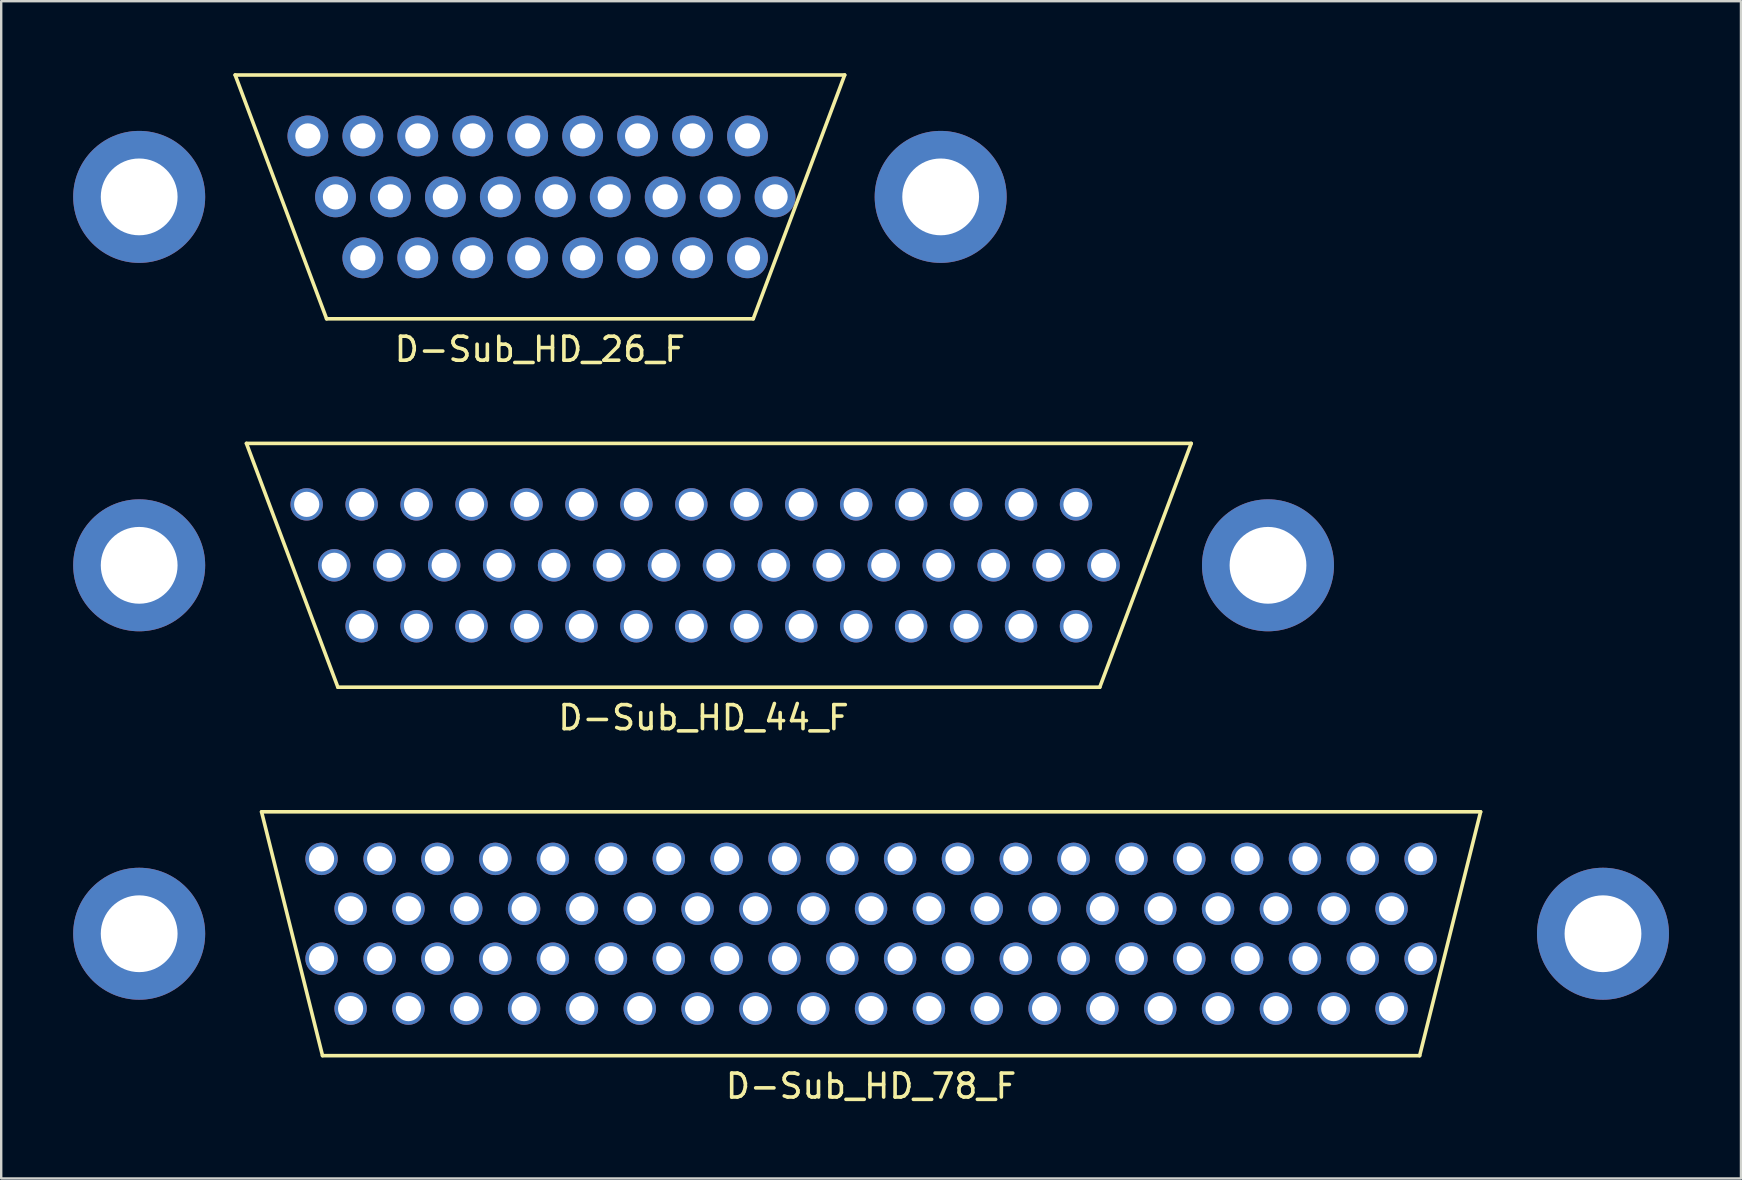
<source format=kicad_pcb>
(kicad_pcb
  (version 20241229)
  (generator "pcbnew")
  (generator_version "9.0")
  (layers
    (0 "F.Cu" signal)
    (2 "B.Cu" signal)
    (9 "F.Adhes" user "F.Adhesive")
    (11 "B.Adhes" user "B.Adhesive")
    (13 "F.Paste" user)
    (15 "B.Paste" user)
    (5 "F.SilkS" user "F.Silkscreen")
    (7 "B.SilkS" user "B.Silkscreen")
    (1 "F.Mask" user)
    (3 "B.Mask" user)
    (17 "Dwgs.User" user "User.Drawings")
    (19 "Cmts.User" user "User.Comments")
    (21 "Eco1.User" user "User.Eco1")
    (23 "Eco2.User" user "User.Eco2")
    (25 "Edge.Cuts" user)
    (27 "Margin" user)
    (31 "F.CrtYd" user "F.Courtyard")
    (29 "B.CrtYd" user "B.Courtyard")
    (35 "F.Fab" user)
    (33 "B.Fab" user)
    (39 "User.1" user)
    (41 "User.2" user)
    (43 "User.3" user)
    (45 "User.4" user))
  (footprint "D-Sub_HD_78_F"
    (layer "F.Cu")
    (at 33.25 35.861)
    (property "Reference" "D-Sub_HD_78_F" (at 0 6.35 0) (layer "F.SilkS") (effects (font (size 1 1) (thickness 0.15))))
    (attr through_hole)
    (fp_line (start -25.4 -5.08) (end -22.86 5.08) (stroke (width 0.15) (type solid)) (layer "F.SilkS"))
    (fp_line (start -22.86 5.08) (end 22.86 5.08) (stroke (width 0.15) (type solid)) (layer "F.SilkS"))
    (fp_line (start 22.86 5.08) (end 25.4 -5.08) (stroke (width 0.15) (type solid)) (layer "F.SilkS"))
    (fp_line (start 25.4 -5.08) (end -25.4 -5.08) (stroke (width 0.15) (type solid)) (layer "F.SilkS"))
    (pad "0" thru_hole circle (at -30.5 0) (size 5.5 5.5) (drill 3.2) (layers "*.Cu" "*.Mask"))
    (pad "0" thru_hole circle (at 30.5 0) (size 5.5 5.5) (drill 3.2) (layers "*.Cu" "*.Mask"))
    (pad "1" thru_hole circle (at 22.9 -3.12) (size 1.35 1.35) (drill 1.05) (layers "*.Cu" "*.Mask"))
    (pad "2" thru_hole circle (at 20.49 -3.12) (size 1.35 1.35) (drill 1.05) (layers "*.Cu" "*.Mask"))
    (pad "3" thru_hole circle (at 18.08 -3.12) (size 1.35 1.35) (drill 1.05) (layers "*.Cu" "*.Mask"))
    (pad "4" thru_hole circle (at 15.67 -3.12) (size 1.35 1.35) (drill 1.05) (layers "*.Cu" "*.Mask"))
    (pad "5" thru_hole circle (at 13.26 -3.12) (size 1.35 1.35) (drill 1.05) (layers "*.Cu" "*.Mask"))
    (pad "6" thru_hole circle (at 10.85 -3.12) (size 1.35 1.35) (drill 1.05) (layers "*.Cu" "*.Mask"))
    (pad "7" thru_hole circle (at 8.44 -3.12) (size 1.35 1.35) (drill 1.05) (layers "*.Cu" "*.Mask"))
    (pad "8" thru_hole circle (at 6.03 -3.12) (size 1.35 1.35) (drill 1.05) (layers "*.Cu" "*.Mask"))
    (pad "9" thru_hole circle (at 3.62 -3.12) (size 1.35 1.35) (drill 1.05) (layers "*.Cu" "*.Mask"))
    (pad "10" thru_hole circle (at 1.21 -3.12) (size 1.35 1.35) (drill 1.05) (layers "*.Cu" "*.Mask"))
    (pad "11" thru_hole circle (at -1.2 -3.12) (size 1.35 1.35) (drill 1.05) (layers "*.Cu" "*.Mask"))
    (pad "12" thru_hole circle (at -3.61 -3.12) (size 1.35 1.35) (drill 1.05) (layers "*.Cu" "*.Mask"))
    (pad "13" thru_hole circle (at -6.02 -3.12) (size 1.35 1.35) (drill 1.05) (layers "*.Cu" "*.Mask"))
    (pad "14" thru_hole circle (at -8.43 -3.12) (size 1.35 1.35) (drill 1.05) (layers "*.Cu" "*.Mask"))
    (pad "15" thru_hole circle (at -10.84 -3.12) (size 1.35 1.35) (drill 1.05) (layers "*.Cu" "*.Mask"))
    (pad "16" thru_hole circle (at -13.26 -3.12) (size 1.35 1.35) (drill 1.05) (layers "*.Cu" "*.Mask"))
    (pad "17" thru_hole circle (at -15.66 -3.12) (size 1.35 1.35) (drill 1.05) (layers "*.Cu" "*.Mask"))
    (pad "18" thru_hole circle (at -18.07 -3.12) (size 1.35 1.35) (drill 1.05) (layers "*.Cu" "*.Mask"))
    (pad "19" thru_hole circle (at -20.48 -3.12) (size 1.35 1.35) (drill 1.05) (layers "*.Cu" "*.Mask"))
    (pad "20" thru_hole circle (at -22.9 -3.12) (size 1.35 1.35) (drill 1.05) (layers "*.Cu" "*.Mask"))
    (pad "21" thru_hole circle (at 21.69 -1.04) (size 1.35 1.35) (drill 1.05) (layers "*.Cu" "*.Mask"))
    (pad "22" thru_hole circle (at 19.28 -1.04) (size 1.35 1.35) (drill 1.05) (layers "*.Cu" "*.Mask"))
    (pad "23" thru_hole circle (at 16.87 -1.04) (size 1.35 1.35) (drill 1.05) (layers "*.Cu" "*.Mask"))
    (pad "24" thru_hole circle (at 14.46 -1.04) (size 1.35 1.35) (drill 1.05) (layers "*.Cu" "*.Mask"))
    (pad "25" thru_hole circle (at 12.05 -1.04) (size 1.35 1.35) (drill 1.05) (layers "*.Cu" "*.Mask"))
    (pad "26" thru_hole circle (at 9.64 -1.04) (size 1.35 1.35) (drill 1.05) (layers "*.Cu" "*.Mask"))
    (pad "27" thru_hole circle (at 7.23 -1.04) (size 1.35 1.35) (drill 1.05) (layers "*.Cu" "*.Mask"))
    (pad "28" thru_hole circle (at 4.82 -1.04) (size 1.35 1.35) (drill 1.05) (layers "*.Cu" "*.Mask"))
    (pad "29" thru_hole circle (at 2.41 -1.04) (size 1.35 1.35) (drill 1.05) (layers "*.Cu" "*.Mask"))
    (pad "30" thru_hole circle (at 0 -1.04) (size 1.35 1.35) (drill 1.05) (layers "*.Cu" "*.Mask"))
    (pad "31" thru_hole circle (at -2.41 -1.04) (size 1.35 1.35) (drill 1.05) (layers "*.Cu" "*.Mask"))
    (pad "32" thru_hole circle (at -4.82 -1.04) (size 1.35 1.35) (drill 1.05) (layers "*.Cu" "*.Mask"))
    (pad "33" thru_hole circle (at -7.23 -1.04) (size 1.35 1.35) (drill 1.05) (layers "*.Cu" "*.Mask"))
    (pad "34" thru_hole circle (at -9.64 -1.04) (size 1.35 1.35) (drill 1.05) (layers "*.Cu" "*.Mask"))
    (pad "35" thru_hole circle (at -12.05 -1.04) (size 1.35 1.35) (drill 1.05) (layers "*.Cu" "*.Mask"))
    (pad "36" thru_hole circle (at -14.46 -1.04) (size 1.35 1.35) (drill 1.05) (layers "*.Cu" "*.Mask"))
    (pad "37" thru_hole circle (at -16.87 -1.04) (size 1.35 1.35) (drill 1.05) (layers "*.Cu" "*.Mask"))
    (pad "38" thru_hole circle (at -19.28 -1.04) (size 1.35 1.35) (drill 1.05) (layers "*.Cu" "*.Mask"))
    (pad "39" thru_hole circle (at -21.69 -1.04) (size 1.35 1.35) (drill 1.05) (layers "*.Cu" "*.Mask"))
    (pad "40" thru_hole circle (at 22.9 1.04) (size 1.35 1.35) (drill 1.05) (layers "*.Cu" "*.Mask"))
    (pad "41" thru_hole circle (at 20.49 1.04) (size 1.35 1.35) (drill 1.05) (layers "*.Cu" "*.Mask"))
    (pad "42" thru_hole circle (at 18.08 1.04) (size 1.35 1.35) (drill 1.05) (layers "*.Cu" "*.Mask"))
    (pad "43" thru_hole circle (at 15.67 1.04) (size 1.35 1.35) (drill 1.05) (layers "*.Cu" "*.Mask"))
    (pad "44" thru_hole circle (at 13.26 1.04) (size 1.35 1.35) (drill 1.05) (layers "*.Cu" "*.Mask"))
    (pad "45" thru_hole circle (at 10.85 1.04) (size 1.35 1.35) (drill 1.05) (layers "*.Cu" "*.Mask"))
    (pad "46" thru_hole circle (at 8.44 1.04) (size 1.35 1.35) (drill 1.05) (layers "*.Cu" "*.Mask"))
    (pad "47" thru_hole circle (at 6.03 1.04) (size 1.35 1.35) (drill 1.05) (layers "*.Cu" "*.Mask"))
    (pad "48" thru_hole circle (at 3.62 1.04) (size 1.35 1.35) (drill 1.05) (layers "*.Cu" "*.Mask"))
    (pad "49" thru_hole circle (at 1.21 1.04) (size 1.35 1.35) (drill 1.05) (layers "*.Cu" "*.Mask"))
    (pad "50" thru_hole circle (at -1.2 1.04) (size 1.35 1.35) (drill 1.05) (layers "*.Cu" "*.Mask"))
    (pad "51" thru_hole circle (at -3.61 1.04) (size 1.35 1.35) (drill 1.05) (layers "*.Cu" "*.Mask"))
    (pad "52" thru_hole circle (at -6.02 1.04) (size 1.35 1.35) (drill 1.05) (layers "*.Cu" "*.Mask"))
    (pad "53" thru_hole circle (at -8.43 1.04) (size 1.35 1.35) (drill 1.05) (layers "*.Cu" "*.Mask"))
    (pad "54" thru_hole circle (at -10.84 1.04) (size 1.35 1.35) (drill 1.05) (layers "*.Cu" "*.Mask"))
    (pad "55" thru_hole circle (at -13.26 1.04) (size 1.35 1.35) (drill 1.05) (layers "*.Cu" "*.Mask"))
    (pad "56" thru_hole circle (at -15.66 1.04) (size 1.35 1.35) (drill 1.05) (layers "*.Cu" "*.Mask"))
    (pad "57" thru_hole circle (at -18.07 1.04) (size 1.35 1.35) (drill 1.05) (layers "*.Cu" "*.Mask"))
    (pad "58" thru_hole circle (at -20.48 1.04) (size 1.35 1.35) (drill 1.05) (layers "*.Cu" "*.Mask"))
    (pad "59" thru_hole circle (at -22.9 1.04) (size 1.35 1.35) (drill 1.05) (layers "*.Cu" "*.Mask"))
    (pad "60" thru_hole circle (at 21.69 3.12) (size 1.35 1.35) (drill 1.05) (layers "*.Cu" "*.Mask"))
    (pad "61" thru_hole circle (at 19.28 3.12) (size 1.35 1.35) (drill 1.05) (layers "*.Cu" "*.Mask"))
    (pad "62" thru_hole circle (at 16.87 3.12) (size 1.35 1.35) (drill 1.05) (layers "*.Cu" "*.Mask"))
    (pad "63" thru_hole circle (at 14.46 3.12) (size 1.35 1.35) (drill 1.05) (layers "*.Cu" "*.Mask"))
    (pad "64" thru_hole circle (at 12.05 3.12) (size 1.35 1.35) (drill 1.05) (layers "*.Cu" "*.Mask"))
    (pad "65" thru_hole circle (at 9.64 3.12) (size 1.35 1.35) (drill 1.05) (layers "*.Cu" "*.Mask"))
    (pad "66" thru_hole circle (at 7.23 3.12) (size 1.35 1.35) (drill 1.05) (layers "*.Cu" "*.Mask"))
    (pad "67" thru_hole circle (at 4.82 3.12) (size 1.35 1.35) (drill 1.05) (layers "*.Cu" "*.Mask"))
    (pad "68" thru_hole circle (at 2.41 3.12) (size 1.35 1.35) (drill 1.05) (layers "*.Cu" "*.Mask"))
    (pad "69" thru_hole circle (at 0 3.12) (size 1.35 1.35) (drill 1.05) (layers "*.Cu" "*.Mask"))
    (pad "70" thru_hole circle (at -2.41 3.12) (size 1.35 1.35) (drill 1.05) (layers "*.Cu" "*.Mask"))
    (pad "71" thru_hole circle (at -4.82 3.12) (size 1.35 1.35) (drill 1.05) (layers "*.Cu" "*.Mask"))
    (pad "72" thru_hole circle (at -7.23 3.12) (size 1.35 1.35) (drill 1.05) (layers "*.Cu" "*.Mask"))
    (pad "73" thru_hole circle (at -9.64 3.12) (size 1.35 1.35) (drill 1.05) (layers "*.Cu" "*.Mask"))
    (pad "74" thru_hole circle (at -12.05 3.12) (size 1.35 1.35) (drill 1.05) (layers "*.Cu" "*.Mask"))
    (pad "75" thru_hole circle (at -14.46 3.12) (size 1.35 1.35) (drill 1.05) (layers "*.Cu" "*.Mask"))
    (pad "76" thru_hole circle (at -16.87 3.12) (size 1.35 1.35) (drill 1.05) (layers "*.Cu" "*.Mask"))
    (pad "77" thru_hole circle (at -19.28 3.12) (size 1.35 1.35) (drill 1.05) (layers "*.Cu" "*.Mask"))
    (pad "78" thru_hole circle (at -21.69 3.12) (size 1.35 1.35) (drill 1.05) (layers "*.Cu" "*.Mask")))
  (footprint "D-Sub_HD_26_F"
    (layer "F.Cu")
    (at 19.45 5.155)
    (property "Reference" "D-Sub_HD_26_F" (at 0 6.35 0) (layer "F.SilkS") (effects (font (size 1 1) (thickness 0.15))))
    (attr through_hole)
    (fp_line (start -12.7 -5.08) (end -8.89 5.08) (stroke (width 0.15) (type solid)) (layer "F.SilkS"))
    (fp_line (start -8.89 5.08) (end 8.89 5.08) (stroke (width 0.15) (type solid)) (layer "F.SilkS"))
    (fp_line (start 8.89 5.08) (end 12.7 -5.08) (stroke (width 0.15) (type solid)) (layer "F.SilkS"))
    (fp_line (start 12.7 -5.08) (end -12.7 -5.08) (stroke (width 0.15) (type solid)) (layer "F.SilkS"))
    (pad "0" thru_hole circle (at -16.7 0) (size 5.5 5.5) (drill 3.2) (layers "*.Cu" "*.Mask"))
    (pad "0" thru_hole circle (at 16.7 0) (size 5.5 5.5) (drill 3.2) (layers "*.Cu" "*.Mask"))
    (pad "1" thru_hole circle (at 8.65 -2.54) (size 1.7 1.7) (drill 1.05) (layers "*.Cu" "*.Mask"))
    (pad "2" thru_hole circle (at 6.36 -2.54) (size 1.7 1.7) (drill 1.05) (layers "*.Cu" "*.Mask"))
    (pad "3" thru_hole circle (at 4.07 -2.54) (size 1.7 1.7) (drill 1.05) (layers "*.Cu" "*.Mask"))
    (pad "4" thru_hole circle (at 1.78 -2.54) (size 1.7 1.7) (drill 1.05) (layers "*.Cu" "*.Mask"))
    (pad "5" thru_hole circle (at -0.51 -2.54) (size 1.7 1.7) (drill 1.05) (layers "*.Cu" "*.Mask"))
    (pad "6" thru_hole circle (at -2.8 -2.54) (size 1.7 1.7) (drill 1.05) (layers "*.Cu" "*.Mask"))
    (pad "7" thru_hole circle (at -5.09 -2.54) (size 1.7 1.7) (drill 1.05) (layers "*.Cu" "*.Mask"))
    (pad "8" thru_hole circle (at -7.38 -2.54) (size 1.7 1.7) (drill 1.05) (layers "*.Cu" "*.Mask"))
    (pad "9" thru_hole circle (at -9.67 -2.54) (size 1.7 1.7) (drill 1.05) (layers "*.Cu" "*.Mask"))
    (pad "10" thru_hole circle (at 9.8 0) (size 1.7 1.7) (drill 1.05) (layers "*.Cu" "*.Mask"))
    (pad "11" thru_hole circle (at 7.51 0) (size 1.7 1.7) (drill 1.05) (layers "*.Cu" "*.Mask"))
    (pad "12" thru_hole circle (at 5.22 0) (size 1.7 1.7) (drill 1.05) (layers "*.Cu" "*.Mask"))
    (pad "13" thru_hole circle (at 2.93 0) (size 1.7 1.7) (drill 1.05) (layers "*.Cu" "*.Mask"))
    (pad "14" thru_hole circle (at 0.64 0) (size 1.7 1.7) (drill 1.05) (layers "*.Cu" "*.Mask"))
    (pad "15" thru_hole circle (at -1.65 0) (size 1.7 1.7) (drill 1.05) (layers "*.Cu" "*.Mask"))
    (pad "16" thru_hole circle (at -3.94 0) (size 1.7 1.7) (drill 1.05) (layers "*.Cu" "*.Mask"))
    (pad "17" thru_hole circle (at -6.23 0) (size 1.7 1.7) (drill 1.05) (layers "*.Cu" "*.Mask"))
    (pad "18" thru_hole circle (at -8.52 0) (size 1.7 1.7) (drill 1.05) (layers "*.Cu" "*.Mask"))
    (pad "19" thru_hole circle (at 8.65 2.54) (size 1.7 1.7) (drill 1.05) (layers "*.Cu" "*.Mask"))
    (pad "20" thru_hole circle (at 6.36 2.54) (size 1.7 1.7) (drill 1.05) (layers "*.Cu" "*.Mask"))
    (pad "21" thru_hole circle (at 4.07 2.54) (size 1.7 1.7) (drill 1.05) (layers "*.Cu" "*.Mask"))
    (pad "22" thru_hole circle (at 1.78 2.54) (size 1.7 1.7) (drill 1.05) (layers "*.Cu" "*.Mask"))
    (pad "23" thru_hole circle (at -0.51 2.54) (size 1.7 1.7) (drill 1.05) (layers "*.Cu" "*.Mask"))
    (pad "24" thru_hole circle (at -2.8 2.54) (size 1.7 1.7) (drill 1.05) (layers "*.Cu" "*.Mask"))
    (pad "25" thru_hole circle (at -5.09 2.54) (size 1.7 1.7) (drill 1.05) (layers "*.Cu" "*.Mask"))
    (pad "26" thru_hole circle (at -7.38 2.54) (size 1.7 1.7) (drill 1.05) (layers "*.Cu" "*.Mask")))
  (footprint "D-Sub_HD_44_F"
    (layer "F.Cu")
    (at 26.27 20.508)
    (property "Reference" "D-Sub_HD_44_F" (at 0 6.35 0) (layer "F.SilkS") (effects (font (size 1 1) (thickness 0.15))))
    (attr through_hole)
    (fp_line (start -19.05 -5.08) (end -15.24 5.08) (stroke (width 0.15) (type solid)) (layer "F.SilkS"))
    (fp_line (start -15.24 5.08) (end 16.51 5.08) (stroke (width 0.15) (type solid)) (layer "F.SilkS"))
    (fp_line (start 16.51 5.08) (end 20.32 -5.08) (stroke (width 0.15) (type solid)) (layer "F.SilkS"))
    (fp_line (start 20.32 -5.08) (end -19.05 -5.08) (stroke (width 0.15) (type solid)) (layer "F.SilkS"))
    (pad "0" thru_hole circle (at -23.52 0) (size 5.5 5.5) (drill 3.2) (layers "*.Cu" "*.Mask"))
    (pad "0" thru_hole circle (at 23.52 0) (size 5.5 5.5) (drill 3.2) (layers "*.Cu" "*.Mask"))
    (pad "1" thru_hole circle (at 15.52 -2.54) (size 1.35 1.35) (drill 1.05) (layers "*.Cu" "*.Mask"))
    (pad "2" thru_hole circle (at 13.23 -2.54) (size 1.35 1.35) (drill 1.05) (layers "*.Cu" "*.Mask"))
    (pad "3" thru_hole circle (at 10.94 -2.54) (size 1.35 1.35) (drill 1.05) (layers "*.Cu" "*.Mask"))
    (pad "4" thru_hole circle (at 8.65 -2.54) (size 1.35 1.35) (drill 1.05) (layers "*.Cu" "*.Mask"))
    (pad "5" thru_hole circle (at 6.36 -2.54) (size 1.35 1.35) (drill 1.05) (layers "*.Cu" "*.Mask"))
    (pad "6" thru_hole circle (at 4.07 -2.54) (size 1.35 1.35) (drill 1.05) (layers "*.Cu" "*.Mask"))
    (pad "7" thru_hole circle (at 1.78 -2.54) (size 1.35 1.35) (drill 1.05) (layers "*.Cu" "*.Mask"))
    (pad "8" thru_hole circle (at -0.51 -2.54) (size 1.35 1.35) (drill 1.05) (layers "*.Cu" "*.Mask"))
    (pad "9" thru_hole circle (at -2.8 -2.54) (size 1.35 1.35) (drill 1.05) (layers "*.Cu" "*.Mask"))
    (pad "10" thru_hole circle (at -5.09 -2.54) (size 1.35 1.35) (drill 1.05) (layers "*.Cu" "*.Mask"))
    (pad "11" thru_hole circle (at -7.38 -2.54) (size 1.35 1.35) (drill 1.05) (layers "*.Cu" "*.Mask"))
    (pad "12" thru_hole circle (at -9.67 -2.54) (size 1.35 1.35) (drill 1.05) (layers "*.Cu" "*.Mask"))
    (pad "13" thru_hole circle (at -11.96 -2.54) (size 1.35 1.35) (drill 1.05) (layers "*.Cu" "*.Mask"))
    (pad "14" thru_hole circle (at -14.25 -2.54) (size 1.35 1.35) (drill 1.05) (layers "*.Cu" "*.Mask"))
    (pad "15" thru_hole circle (at -16.54 -2.54) (size 1.35 1.35) (drill 1.05) (layers "*.Cu" "*.Mask"))
    (pad "16" thru_hole circle (at 16.67 0) (size 1.35 1.35) (drill 1.05) (layers "*.Cu" "*.Mask"))
    (pad "17" thru_hole circle (at 14.38 0) (size 1.35 1.35) (drill 1.05) (layers "*.Cu" "*.Mask"))
    (pad "18" thru_hole circle (at 12.09 0) (size 1.35 1.35) (drill 1.05) (layers "*.Cu" "*.Mask"))
    (pad "19" thru_hole circle (at 9.8 0) (size 1.35 1.35) (drill 1.05) (layers "*.Cu" "*.Mask"))
    (pad "20" thru_hole circle (at 7.51 0) (size 1.35 1.35) (drill 1.05) (layers "*.Cu" "*.Mask"))
    (pad "21" thru_hole circle (at 5.22 0) (size 1.35 1.35) (drill 1.05) (layers "*.Cu" "*.Mask"))
    (pad "22" thru_hole circle (at 2.93 0) (size 1.35 1.35) (drill 1.05) (layers "*.Cu" "*.Mask"))
    (pad "23" thru_hole circle (at 0.64 0) (size 1.35 1.35) (drill 1.05) (layers "*.Cu" "*.Mask"))
    (pad "24" thru_hole circle (at -1.65 0) (size 1.35 1.35) (drill 1.05) (layers "*.Cu" "*.Mask"))
    (pad "25" thru_hole circle (at -3.94 0) (size 1.35 1.35) (drill 1.05) (layers "*.Cu" "*.Mask"))
    (pad "26" thru_hole circle (at -6.23 0) (size 1.35 1.35) (drill 1.05) (layers "*.Cu" "*.Mask"))
    (pad "27" thru_hole circle (at -8.52 0) (size 1.35 1.35) (drill 1.05) (layers "*.Cu" "*.Mask"))
    (pad "28" thru_hole circle (at -10.81 0) (size 1.35 1.35) (drill 1.05) (layers "*.Cu" "*.Mask"))
    (pad "29" thru_hole circle (at -13.1 0) (size 1.35 1.35) (drill 1.05) (layers "*.Cu" "*.Mask"))
    (pad "30" thru_hole circle (at -15.39 0) (size 1.35 1.35) (drill 1.05) (layers "*.Cu" "*.Mask"))
    (pad "31" thru_hole circle (at 15.52 2.54) (size 1.35 1.35) (drill 1.05) (layers "*.Cu" "*.Mask"))
    (pad "32" thru_hole circle (at 13.23 2.54) (size 1.35 1.35) (drill 1.05) (layers "*.Cu" "*.Mask"))
    (pad "33" thru_hole circle (at 10.94 2.54) (size 1.35 1.35) (drill 1.05) (layers "*.Cu" "*.Mask"))
    (pad "34" thru_hole circle (at 8.65 2.54) (size 1.35 1.35) (drill 1.05) (layers "*.Cu" "*.Mask"))
    (pad "35" thru_hole circle (at 6.36 2.54) (size 1.35 1.35) (drill 1.05) (layers "*.Cu" "*.Mask"))
    (pad "36" thru_hole circle (at 4.07 2.54) (size 1.35 1.35) (drill 1.05) (layers "*.Cu" "*.Mask"))
    (pad "37" thru_hole circle (at 1.78 2.54) (size 1.35 1.35) (drill 1.05) (layers "*.Cu" "*.Mask"))
    (pad "38" thru_hole circle (at -0.51 2.54) (size 1.35 1.35) (drill 1.05) (layers "*.Cu" "*.Mask"))
    (pad "39" thru_hole circle (at -2.8 2.54) (size 1.35 1.35) (drill 1.05) (layers "*.Cu" "*.Mask"))
    (pad "40" thru_hole circle (at -5.09 2.54) (size 1.35 1.35) (drill 1.05) (layers "*.Cu" "*.Mask"))
    (pad "41" thru_hole circle (at -7.38 2.54) (size 1.35 1.35) (drill 1.05) (layers "*.Cu" "*.Mask"))
    (pad "42" thru_hole circle (at -9.67 2.54) (size 1.35 1.35) (drill 1.05) (layers "*.Cu" "*.Mask"))
    (pad "43" thru_hole circle (at -11.96 2.54) (size 1.35 1.35) (drill 1.05) (layers "*.Cu" "*.Mask"))
    (pad "44" thru_hole circle (at -14.25 2.54) (size 1.35 1.35) (drill 1.05) (layers "*.Cu" "*.Mask")))
  (gr_rect
    (start -3 -3)
    (end 69.5 46.06)
    (stroke (width 0.1) (type default))
    (fill no)
    (layer "Edge.Cuts")))
</source>
